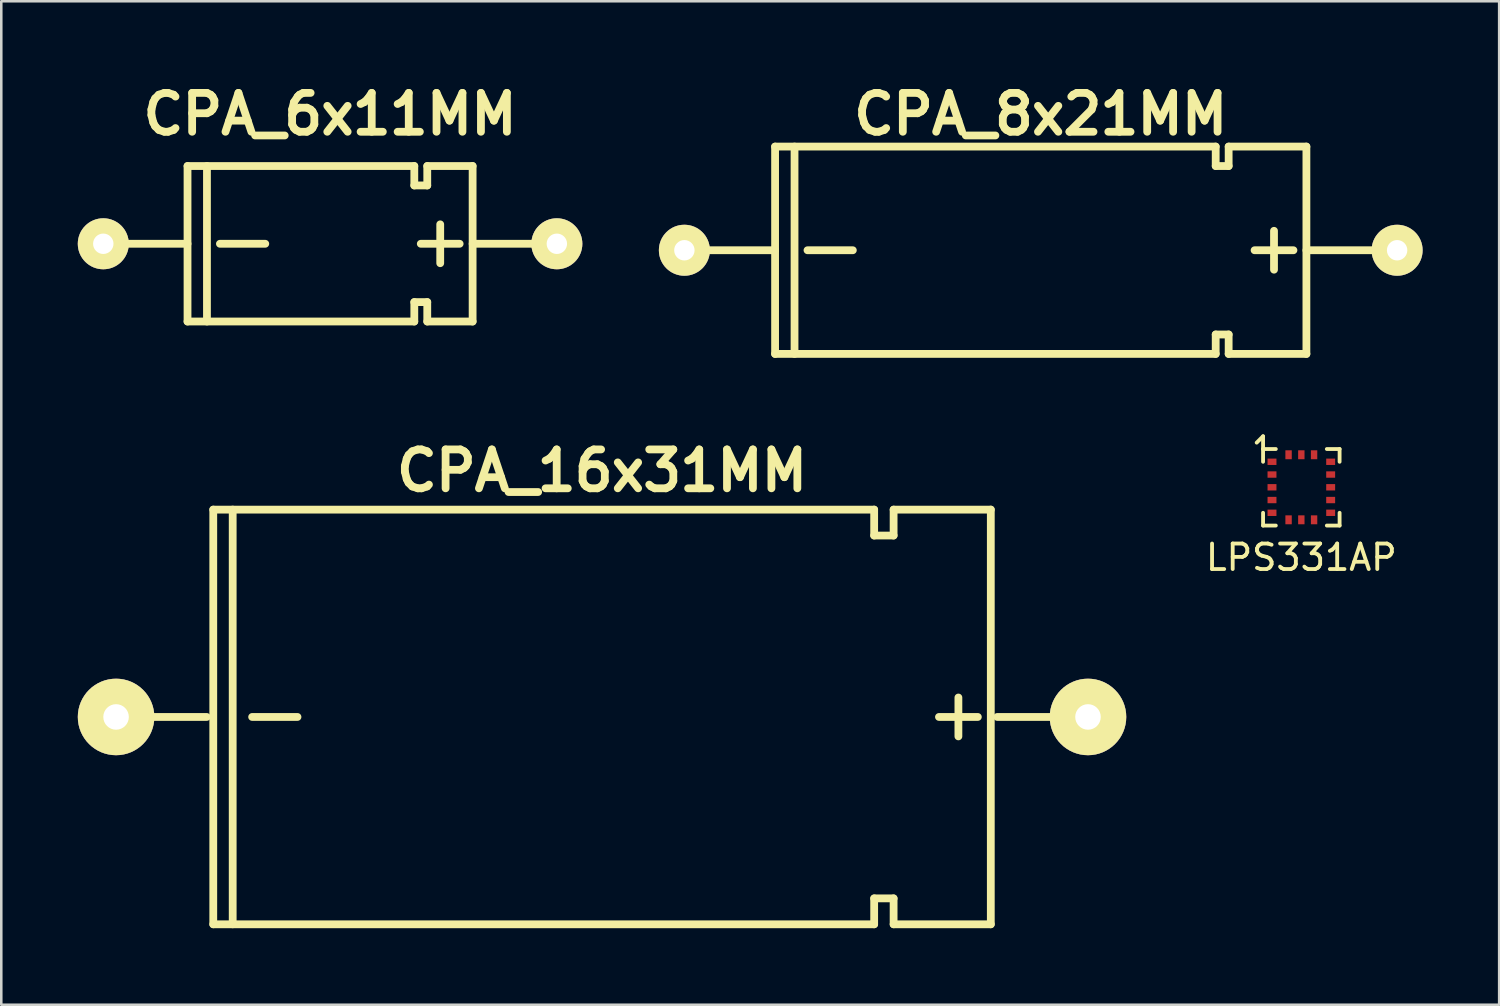
<source format=kicad_pcb>
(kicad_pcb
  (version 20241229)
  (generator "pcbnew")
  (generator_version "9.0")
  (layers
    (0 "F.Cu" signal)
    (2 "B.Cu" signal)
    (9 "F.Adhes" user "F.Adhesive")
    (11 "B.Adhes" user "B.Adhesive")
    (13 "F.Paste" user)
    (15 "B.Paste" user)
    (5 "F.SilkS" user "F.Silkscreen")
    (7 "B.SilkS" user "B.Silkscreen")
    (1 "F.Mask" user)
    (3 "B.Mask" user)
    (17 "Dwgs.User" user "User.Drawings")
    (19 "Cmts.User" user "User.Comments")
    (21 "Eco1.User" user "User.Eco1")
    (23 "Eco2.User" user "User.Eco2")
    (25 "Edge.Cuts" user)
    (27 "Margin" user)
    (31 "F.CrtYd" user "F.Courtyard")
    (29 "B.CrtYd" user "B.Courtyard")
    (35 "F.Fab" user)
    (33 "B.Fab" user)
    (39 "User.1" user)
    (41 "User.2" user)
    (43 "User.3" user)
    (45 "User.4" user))
  (footprint "CPA_6x11MM"
    (layer "F.Cu")
    (at 9.889 6.506)
    (property "Reference" "CPA_6x11MM" (at 0 -5.08 0) (layer "F.SilkS") (effects (font (size 1.524 1.524) (thickness 0.305))))
    (attr through_hole)
    (fp_line (start -5.588 -3.048) (end -5.588 3.048) (stroke (width 0.305) (type solid)) (layer "F.SilkS"))
    (fp_line (start -5.588 0) (end -8.89 0) (stroke (width 0.305) (type solid)) (layer "F.SilkS"))
    (fp_line (start -4.826 -3.048) (end -4.826 3.048) (stroke (width 0.305) (type solid)) (layer "F.SilkS"))
    (fp_line (start -4.318 0) (end -2.54 0) (stroke (width 0.305) (type solid)) (layer "F.SilkS"))
    (fp_line (start 3.302 -3.048) (end -5.588 -3.048) (stroke (width 0.305) (type solid)) (layer "F.SilkS"))
    (fp_line (start 3.302 -3.048) (end 3.302 -2.286) (stroke (width 0.305) (type solid)) (layer "F.SilkS"))
    (fp_line (start 3.302 -2.286) (end 3.81 -2.286) (stroke (width 0.305) (type solid)) (layer "F.SilkS"))
    (fp_line (start 3.302 2.286) (end 3.302 3.048) (stroke (width 0.305) (type solid)) (layer "F.SilkS"))
    (fp_line (start 3.302 3.048) (end -5.588 3.048) (stroke (width 0.305) (type solid)) (layer "F.SilkS"))
    (fp_line (start 3.81 -3.048) (end 5.588 -3.048) (stroke (width 0.305) (type solid)) (layer "F.SilkS"))
    (fp_line (start 3.81 -2.286) (end 3.81 -3.048) (stroke (width 0.305) (type solid)) (layer "F.SilkS"))
    (fp_line (start 3.81 2.286) (end 3.302 2.286) (stroke (width 0.305) (type solid)) (layer "F.SilkS"))
    (fp_line (start 3.81 3.048) (end 3.81 2.286) (stroke (width 0.305) (type solid)) (layer "F.SilkS"))
    (fp_line (start 4.318 0.762) (end 4.318 -0.762) (stroke (width 0.305) (type solid)) (layer "F.SilkS"))
    (fp_line (start 5.08 0) (end 3.556 0) (stroke (width 0.305) (type solid)) (layer "F.SilkS"))
    (fp_line (start 5.588 -3.048) (end 5.588 3.048) (stroke (width 0.305) (type solid)) (layer "F.SilkS"))
    (fp_line (start 5.588 3.048) (end 3.81 3.048) (stroke (width 0.305) (type solid)) (layer "F.SilkS"))
    (fp_line (start 8.89 0) (end 5.588 0) (stroke (width 0.305) (type solid)) (layer "F.SilkS"))
    (pad "1" thru_hole circle (at 8.89 0) (size 1.999 1.999) (drill 0.8) (layers "*.Cu" "*.Mask" "F.SilkS"))
    (pad "2" thru_hole circle (at -8.89 0) (size 1.999 1.999) (drill 0.8) (layers "*.Cu" "*.Mask" "F.SilkS")))
  (footprint "LPS331AP"
    (layer "F.Cu")
    (at 47.963 16.052)
    (property "Reference" "LPS331AP" (at 0 2.75 0) (layer "F.SilkS") (effects (font (size 1 1) (thickness 0.15))))
    (attr through_hole)
    (fp_line (start -1.75 -1.75) (end -1.5 -2) (stroke (width 0.15) (type solid)) (layer "F.SilkS"))
    (fp_line (start -1.5 -1.5) (end -1.5 -2) (stroke (width 0.15) (type solid)) (layer "F.SilkS"))
    (fp_line (start -1.5 -1.5) (end -1.5 -1) (stroke (width 0.15) (type solid)) (layer "F.SilkS"))
    (fp_line (start -1.5 1.5) (end -1.5 1) (stroke (width 0.15) (type solid)) (layer "F.SilkS"))
    (fp_line (start -1 -1.5) (end -1.5 -1.5) (stroke (width 0.15) (type solid)) (layer "F.SilkS"))
    (fp_line (start -1 1.5) (end -1.5 1.5) (stroke (width 0.15) (type solid)) (layer "F.SilkS"))
    (fp_line (start 1 -1.5) (end 1.5 -1.5) (stroke (width 0.15) (type solid)) (layer "F.SilkS"))
    (fp_line (start 1 1.5) (end 1.5 1.5) (stroke (width 0.15) (type solid)) (layer "F.SilkS"))
    (fp_line (start 1.5 -1.5) (end 1.5 -1) (stroke (width 0.15) (type solid)) (layer "F.SilkS"))
    (fp_line (start 1.5 1.5) (end 1.5 1) (stroke (width 0.15) (type solid)) (layer "F.SilkS"))
    (pad "1" smd rect (at -1.15 -1) (size 0.35 0.25) (layers "F.Cu" "F.Mask" "F.Paste"))
    (pad "2" smd rect (at -1.15 -0.5) (size 0.35 0.25) (layers "F.Cu" "F.Mask" "F.Paste"))
    (pad "3" smd rect (at -1.15 0) (size 0.35 0.25) (layers "F.Cu" "F.Mask" "F.Paste"))
    (pad "4" smd rect (at -1.15 0.5) (size 0.35 0.25) (layers "F.Cu" "F.Mask" "F.Paste"))
    (pad "5" smd rect (at -1.15 1) (size 0.35 0.25) (layers "F.Cu" "F.Mask" "F.Paste"))
    (pad "6" smd rect (at -0.5 1.275) (size 0.25 0.35) (layers "F.Cu" "F.Mask" "F.Paste"))
    (pad "7" smd rect (at 0 1.275) (size 0.25 0.35) (layers "F.Cu" "F.Mask" "F.Paste"))
    (pad "8" smd rect (at 0.5 1.275) (size 0.25 0.35) (layers "F.Cu" "F.Mask" "F.Paste"))
    (pad "9" smd rect (at 1.15 1) (size 0.35 0.25) (layers "F.Cu" "F.Mask" "F.Paste"))
    (pad "10" smd rect (at 1.15 0.5) (size 0.35 0.25) (layers "F.Cu" "F.Mask" "F.Paste"))
    (pad "11" smd rect (at 1.15 0) (size 0.35 0.25) (layers "F.Cu" "F.Mask" "F.Paste"))
    (pad "12" smd rect (at 1.15 -0.5) (size 0.35 0.25) (layers "F.Cu" "F.Mask" "F.Paste"))
    (pad "13" smd rect (at 1.15 -1) (size 0.35 0.25) (layers "F.Cu" "F.Mask" "F.Paste"))
    (pad "14" smd rect (at 0.5 -1.275) (size 0.25 0.35) (layers "F.Cu" "F.Mask" "F.Paste"))
    (pad "15" smd rect (at 0 -1.275) (size 0.25 0.35) (layers "F.Cu" "F.Mask" "F.Paste"))
    (pad "16" smd rect (at -0.5 -1.275) (size 0.25 0.35) (layers "F.Cu" "F.Mask" "F.Paste")))
  (footprint "CPA_8x21MM"
    (layer "F.Cu")
    (at 37.748 6.76)
    (property "Reference" "CPA_8x21MM" (at 0 -5.334 0) (layer "F.SilkS") (effects (font (size 1.524 1.524) (thickness 0.305))))
    (attr through_hole)
    (fp_line (start -10.414 0) (end -13.97 0) (stroke (width 0.305) (type solid)) (layer "F.SilkS"))
    (fp_line (start -10.414 4.064) (end -10.414 -4.064) (stroke (width 0.305) (type solid)) (layer "F.SilkS"))
    (fp_line (start -10.414 4.064) (end 6.858 4.064) (stroke (width 0.305) (type solid)) (layer "F.SilkS"))
    (fp_line (start -9.652 -4.064) (end -9.652 4.064) (stroke (width 0.305) (type solid)) (layer "F.SilkS"))
    (fp_line (start -9.144 0) (end -7.366 0) (stroke (width 0.305) (type solid)) (layer "F.SilkS"))
    (fp_line (start 6.858 -4.064) (end -10.414 -4.064) (stroke (width 0.305) (type solid)) (layer "F.SilkS"))
    (fp_line (start 6.858 -3.302) (end 6.858 -4.064) (stroke (width 0.305) (type solid)) (layer "F.SilkS"))
    (fp_line (start 6.858 3.302) (end 7.366 3.302) (stroke (width 0.305) (type solid)) (layer "F.SilkS"))
    (fp_line (start 6.858 4.064) (end 6.858 3.302) (stroke (width 0.305) (type solid)) (layer "F.SilkS"))
    (fp_line (start 7.366 -4.064) (end 7.366 -3.302) (stroke (width 0.305) (type solid)) (layer "F.SilkS"))
    (fp_line (start 7.366 -3.302) (end 6.858 -3.302) (stroke (width 0.305) (type solid)) (layer "F.SilkS"))
    (fp_line (start 7.366 3.302) (end 7.366 4.064) (stroke (width 0.305) (type solid)) (layer "F.SilkS"))
    (fp_line (start 7.366 4.064) (end 10.414 4.064) (stroke (width 0.305) (type solid)) (layer "F.SilkS"))
    (fp_line (start 9.144 0.762) (end 9.144 -0.762) (stroke (width 0.305) (type solid)) (layer "F.SilkS"))
    (fp_line (start 9.906 0) (end 8.382 0) (stroke (width 0.305) (type solid)) (layer "F.SilkS"))
    (fp_line (start 10.414 -4.064) (end 7.366 -4.064) (stroke (width 0.305) (type solid)) (layer "F.SilkS"))
    (fp_line (start 10.414 -4.064) (end 10.414 4.064) (stroke (width 0.305) (type solid)) (layer "F.SilkS"))
    (fp_line (start 10.414 0) (end 13.97 0) (stroke (width 0.305) (type solid)) (layer "F.SilkS"))
    (pad "1" thru_hole circle (at 13.97 0) (size 1.999 1.999) (drill 0.8) (layers "*.Cu" "*.Mask" "F.SilkS"))
    (pad "2" thru_hole circle (at -13.97 0) (size 1.999 1.999) (drill 0.8) (layers "*.Cu" "*.Mask" "F.SilkS")))
  (footprint "CPA_16x31MM"
    (layer "F.Cu")
    (at 20.55 25.055)
    (property "Reference" "CPA_16x31MM" (at 0 -9.652 0) (layer "F.SilkS") (effects (font (size 1.524 1.524) (thickness 0.305))))
    (attr through_hole)
    (fp_line (start -15.494 0) (end -19.05 0) (stroke (width 0.305) (type solid)) (layer "F.SilkS"))
    (fp_line (start -15.24 -8.128) (end 10.668 -8.128) (stroke (width 0.305) (type solid)) (layer "F.SilkS"))
    (fp_line (start -15.24 8.128) (end -15.24 -8.128) (stroke (width 0.305) (type solid)) (layer "F.SilkS"))
    (fp_line (start -14.478 -8.128) (end -14.478 8.128) (stroke (width 0.305) (type solid)) (layer "F.SilkS"))
    (fp_line (start -13.716 0) (end -11.938 0) (stroke (width 0.305) (type solid)) (layer "F.SilkS"))
    (fp_line (start 10.668 -8.128) (end 10.668 -7.112) (stroke (width 0.305) (type solid)) (layer "F.SilkS"))
    (fp_line (start 10.668 -7.112) (end 11.43 -7.112) (stroke (width 0.305) (type solid)) (layer "F.SilkS"))
    (fp_line (start 10.668 7.112) (end 10.668 8.128) (stroke (width 0.305) (type solid)) (layer "F.SilkS"))
    (fp_line (start 10.668 8.128) (end -15.24 8.128) (stroke (width 0.305) (type solid)) (layer "F.SilkS"))
    (fp_line (start 11.43 -8.128) (end 15.24 -8.128) (stroke (width 0.305) (type solid)) (layer "F.SilkS"))
    (fp_line (start 11.43 -7.112) (end 11.43 -8.128) (stroke (width 0.305) (type solid)) (layer "F.SilkS"))
    (fp_line (start 11.43 7.112) (end 10.668 7.112) (stroke (width 0.305) (type solid)) (layer "F.SilkS"))
    (fp_line (start 11.43 8.128) (end 11.43 7.112) (stroke (width 0.305) (type solid)) (layer "F.SilkS"))
    (fp_line (start 13.97 0.762) (end 13.97 -0.762) (stroke (width 0.305) (type solid)) (layer "F.SilkS"))
    (fp_line (start 14.732 0) (end 13.208 0) (stroke (width 0.305) (type solid)) (layer "F.SilkS"))
    (fp_line (start 15.24 8.128) (end 11.43 8.128) (stroke (width 0.305) (type solid)) (layer "F.SilkS"))
    (fp_line (start 15.24 8.128) (end 15.24 -8.128) (stroke (width 0.305) (type solid)) (layer "F.SilkS"))
    (fp_line (start 15.494 0) (end 19.05 0) (stroke (width 0.305) (type solid)) (layer "F.SilkS"))
    (pad "1" thru_hole circle (at 19.05 0) (size 3 3) (drill 1.001) (layers "*.Cu" "*.Mask" "F.SilkS"))
    (pad "2" thru_hole circle (at -19.05 0) (size 3 3) (drill 1.001) (layers "*.Cu" "*.Mask" "F.SilkS")))
  (gr_rect
    (start -3 -3)
    (end 55.718 36.336)
    (stroke (width 0.1) (type default))
    (fill no)
    (layer "Edge.Cuts")))
</source>
